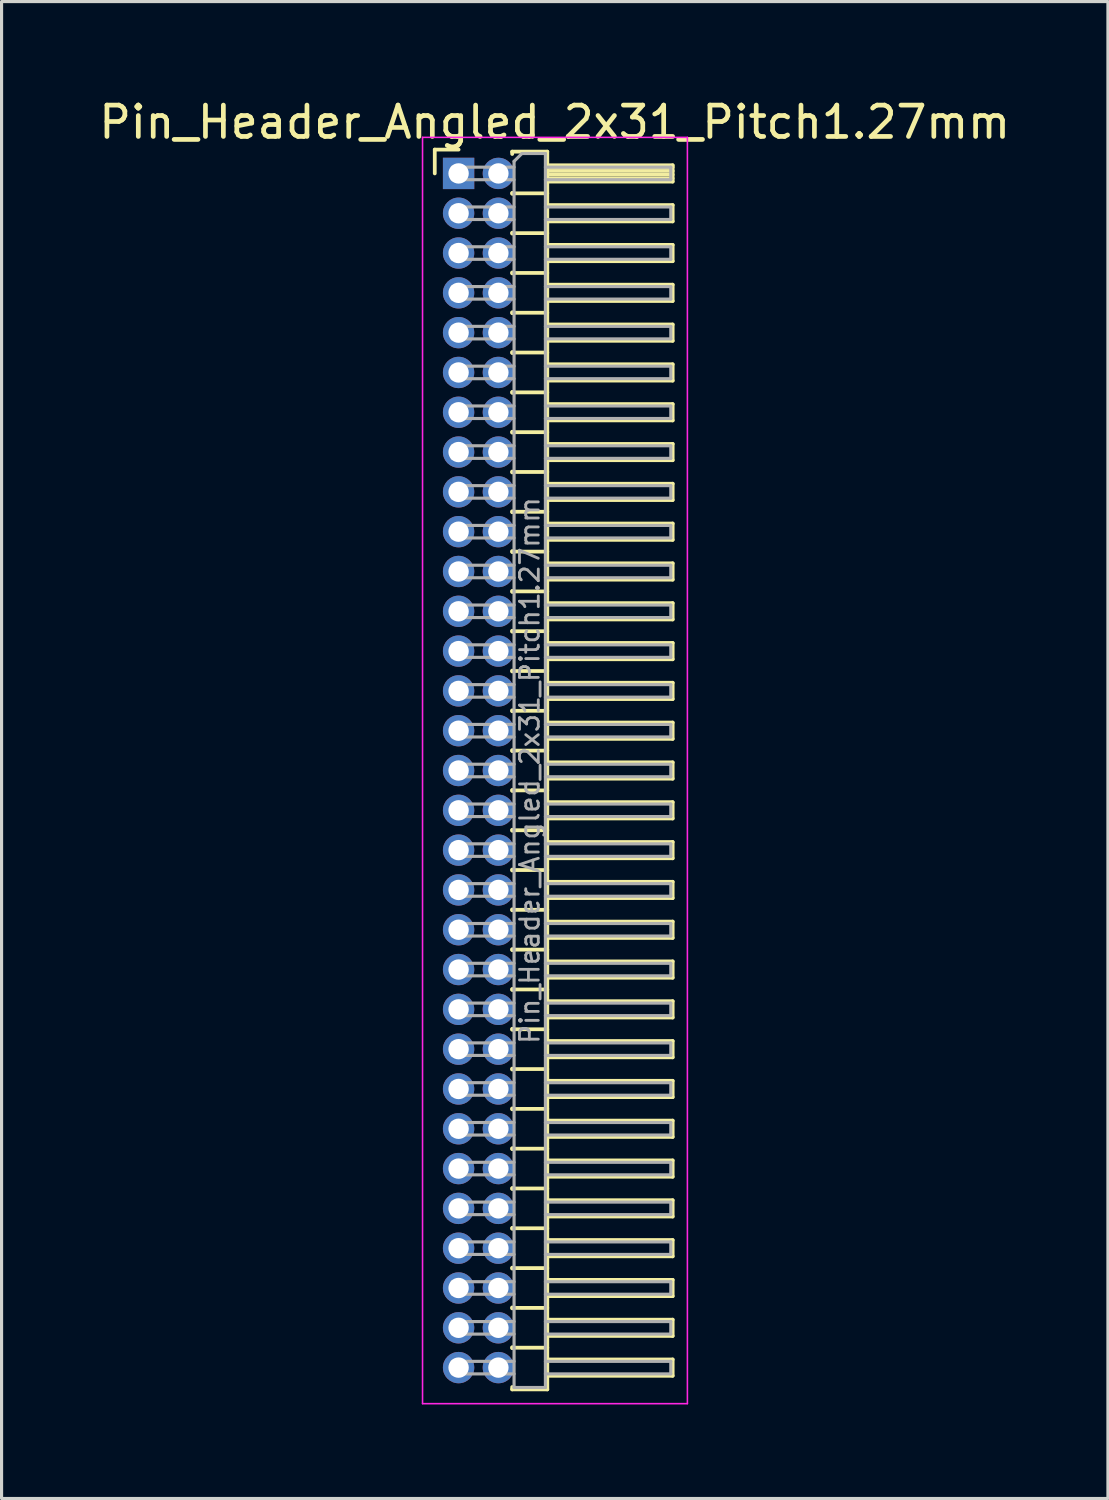
<source format=kicad_pcb>
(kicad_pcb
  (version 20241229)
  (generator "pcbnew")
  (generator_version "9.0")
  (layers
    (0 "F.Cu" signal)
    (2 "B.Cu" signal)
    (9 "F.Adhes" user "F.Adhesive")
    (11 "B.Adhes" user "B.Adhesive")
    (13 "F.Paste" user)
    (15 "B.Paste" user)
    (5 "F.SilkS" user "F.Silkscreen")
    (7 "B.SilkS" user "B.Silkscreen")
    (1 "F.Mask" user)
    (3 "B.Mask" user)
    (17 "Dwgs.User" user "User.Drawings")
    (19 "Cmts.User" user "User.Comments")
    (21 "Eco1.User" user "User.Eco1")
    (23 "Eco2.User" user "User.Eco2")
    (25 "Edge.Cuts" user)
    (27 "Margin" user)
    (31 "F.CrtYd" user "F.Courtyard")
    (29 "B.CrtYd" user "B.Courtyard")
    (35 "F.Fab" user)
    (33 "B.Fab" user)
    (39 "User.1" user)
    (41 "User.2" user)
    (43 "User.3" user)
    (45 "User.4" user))
  (footprint "Pin_Header_Angled_2x31_Pitch1.27mm"
    (layer "F.Cu")
    (at 11.581 2.483)
    (property "Reference" "Pin_Header_Angled_2x31_Pitch1.27mm" (at 3.067 -1.635 0) (layer "F.SilkS") (effects (font (size 1 1) (thickness 0.15))))
    (attr through_hole)
    (fp_line (start -0.76 -0.76) (end 0 -0.76) (stroke (width 0.12) (type solid)) (layer "F.SilkS"))
    (fp_line (start -0.76 0) (end -0.76 -0.76) (stroke (width 0.12) (type solid)) (layer "F.SilkS"))
    (fp_line (start 1.71 -0.695) (end 2.83 -0.695) (stroke (width 0.12) (type solid)) (layer "F.SilkS"))
    (fp_line (start 1.71 -0.62) (end 1.71 -0.695) (stroke (width 0.12) (type solid)) (layer "F.SilkS"))
    (fp_line (start 1.71 0.62) (end 1.71 0.65) (stroke (width 0.12) (type solid)) (layer "F.SilkS"))
    (fp_line (start 1.71 0.635) (end 2.83 0.635) (stroke (width 0.12) (type solid)) (layer "F.SilkS"))
    (fp_line (start 1.71 1.89) (end 1.71 1.92) (stroke (width 0.12) (type solid)) (layer "F.SilkS"))
    (fp_line (start 1.71 1.905) (end 2.83 1.905) (stroke (width 0.12) (type solid)) (layer "F.SilkS"))
    (fp_line (start 1.71 3.16) (end 1.71 3.19) (stroke (width 0.12) (type solid)) (layer "F.SilkS"))
    (fp_line (start 1.71 3.175) (end 2.83 3.175) (stroke (width 0.12) (type solid)) (layer "F.SilkS"))
    (fp_line (start 1.71 4.43) (end 1.71 4.46) (stroke (width 0.12) (type solid)) (layer "F.SilkS"))
    (fp_line (start 1.71 4.445) (end 2.83 4.445) (stroke (width 0.12) (type solid)) (layer "F.SilkS"))
    (fp_line (start 1.71 5.7) (end 1.71 5.73) (stroke (width 0.12) (type solid)) (layer "F.SilkS"))
    (fp_line (start 1.71 5.715) (end 2.83 5.715) (stroke (width 0.12) (type solid)) (layer "F.SilkS"))
    (fp_line (start 1.71 6.97) (end 1.71 7) (stroke (width 0.12) (type solid)) (layer "F.SilkS"))
    (fp_line (start 1.71 6.985) (end 2.83 6.985) (stroke (width 0.12) (type solid)) (layer "F.SilkS"))
    (fp_line (start 1.71 8.24) (end 1.71 8.27) (stroke (width 0.12) (type solid)) (layer "F.SilkS"))
    (fp_line (start 1.71 8.255) (end 2.83 8.255) (stroke (width 0.12) (type solid)) (layer "F.SilkS"))
    (fp_line (start 1.71 9.51) (end 1.71 9.54) (stroke (width 0.12) (type solid)) (layer "F.SilkS"))
    (fp_line (start 1.71 9.525) (end 2.83 9.525) (stroke (width 0.12) (type solid)) (layer "F.SilkS"))
    (fp_line (start 1.71 10.78) (end 1.71 10.81) (stroke (width 0.12) (type solid)) (layer "F.SilkS"))
    (fp_line (start 1.71 10.795) (end 2.83 10.795) (stroke (width 0.12) (type solid)) (layer "F.SilkS"))
    (fp_line (start 1.71 12.05) (end 1.71 12.08) (stroke (width 0.12) (type solid)) (layer "F.SilkS"))
    (fp_line (start 1.71 12.065) (end 2.83 12.065) (stroke (width 0.12) (type solid)) (layer "F.SilkS"))
    (fp_line (start 1.71 13.32) (end 1.71 13.35) (stroke (width 0.12) (type solid)) (layer "F.SilkS"))
    (fp_line (start 1.71 13.335) (end 2.83 13.335) (stroke (width 0.12) (type solid)) (layer "F.SilkS"))
    (fp_line (start 1.71 14.59) (end 1.71 14.62) (stroke (width 0.12) (type solid)) (layer "F.SilkS"))
    (fp_line (start 1.71 14.605) (end 2.83 14.605) (stroke (width 0.12) (type solid)) (layer "F.SilkS"))
    (fp_line (start 1.71 15.86) (end 1.71 15.89) (stroke (width 0.12) (type solid)) (layer "F.SilkS"))
    (fp_line (start 1.71 15.875) (end 2.83 15.875) (stroke (width 0.12) (type solid)) (layer "F.SilkS"))
    (fp_line (start 1.71 17.13) (end 1.71 17.16) (stroke (width 0.12) (type solid)) (layer "F.SilkS"))
    (fp_line (start 1.71 17.145) (end 2.83 17.145) (stroke (width 0.12) (type solid)) (layer "F.SilkS"))
    (fp_line (start 1.71 18.4) (end 1.71 18.43) (stroke (width 0.12) (type solid)) (layer "F.SilkS"))
    (fp_line (start 1.71 18.415) (end 2.83 18.415) (stroke (width 0.12) (type solid)) (layer "F.SilkS"))
    (fp_line (start 1.71 19.67) (end 1.71 19.7) (stroke (width 0.12) (type solid)) (layer "F.SilkS"))
    (fp_line (start 1.71 19.685) (end 2.83 19.685) (stroke (width 0.12) (type solid)) (layer "F.SilkS"))
    (fp_line (start 1.71 20.94) (end 1.71 20.97) (stroke (width 0.12) (type solid)) (layer "F.SilkS"))
    (fp_line (start 1.71 20.955) (end 2.83 20.955) (stroke (width 0.12) (type solid)) (layer "F.SilkS"))
    (fp_line (start 1.71 22.21) (end 1.71 22.24) (stroke (width 0.12) (type solid)) (layer "F.SilkS"))
    (fp_line (start 1.71 22.225) (end 2.83 22.225) (stroke (width 0.12) (type solid)) (layer "F.SilkS"))
    (fp_line (start 1.71 23.48) (end 1.71 23.51) (stroke (width 0.12) (type solid)) (layer "F.SilkS"))
    (fp_line (start 1.71 23.495) (end 2.83 23.495) (stroke (width 0.12) (type solid)) (layer "F.SilkS"))
    (fp_line (start 1.71 24.75) (end 1.71 24.78) (stroke (width 0.12) (type solid)) (layer "F.SilkS"))
    (fp_line (start 1.71 24.765) (end 2.83 24.765) (stroke (width 0.12) (type solid)) (layer "F.SilkS"))
    (fp_line (start 1.71 26.02) (end 1.71 26.05) (stroke (width 0.12) (type solid)) (layer "F.SilkS"))
    (fp_line (start 1.71 26.035) (end 2.83 26.035) (stroke (width 0.12) (type solid)) (layer "F.SilkS"))
    (fp_line (start 1.71 27.29) (end 1.71 27.32) (stroke (width 0.12) (type solid)) (layer "F.SilkS"))
    (fp_line (start 1.71 27.305) (end 2.83 27.305) (stroke (width 0.12) (type solid)) (layer "F.SilkS"))
    (fp_line (start 1.71 28.56) (end 1.71 28.59) (stroke (width 0.12) (type solid)) (layer "F.SilkS"))
    (fp_line (start 1.71 28.575) (end 2.83 28.575) (stroke (width 0.12) (type solid)) (layer "F.SilkS"))
    (fp_line (start 1.71 29.83) (end 1.71 29.86) (stroke (width 0.12) (type solid)) (layer "F.SilkS"))
    (fp_line (start 1.71 29.845) (end 2.83 29.845) (stroke (width 0.12) (type solid)) (layer "F.SilkS"))
    (fp_line (start 1.71 31.1) (end 1.71 31.13) (stroke (width 0.12) (type solid)) (layer "F.SilkS"))
    (fp_line (start 1.71 31.115) (end 2.83 31.115) (stroke (width 0.12) (type solid)) (layer "F.SilkS"))
    (fp_line (start 1.71 32.37) (end 1.71 32.4) (stroke (width 0.12) (type solid)) (layer "F.SilkS"))
    (fp_line (start 1.71 32.385) (end 2.83 32.385) (stroke (width 0.12) (type solid)) (layer "F.SilkS"))
    (fp_line (start 1.71 33.64) (end 1.71 33.67) (stroke (width 0.12) (type solid)) (layer "F.SilkS"))
    (fp_line (start 1.71 33.655) (end 2.83 33.655) (stroke (width 0.12) (type solid)) (layer "F.SilkS"))
    (fp_line (start 1.71 34.91) (end 1.71 34.94) (stroke (width 0.12) (type solid)) (layer "F.SilkS"))
    (fp_line (start 1.71 34.925) (end 2.83 34.925) (stroke (width 0.12) (type solid)) (layer "F.SilkS"))
    (fp_line (start 1.71 36.18) (end 1.71 36.21) (stroke (width 0.12) (type solid)) (layer "F.SilkS"))
    (fp_line (start 1.71 36.195) (end 2.83 36.195) (stroke (width 0.12) (type solid)) (layer "F.SilkS"))
    (fp_line (start 1.71 37.45) (end 1.71 37.48) (stroke (width 0.12) (type solid)) (layer "F.SilkS"))
    (fp_line (start 1.71 37.465) (end 2.83 37.465) (stroke (width 0.12) (type solid)) (layer "F.SilkS"))
    (fp_line (start 1.71 38.795) (end 1.71 38.72) (stroke (width 0.12) (type solid)) (layer "F.SilkS"))
    (fp_line (start 2.83 -0.695) (end 2.83 38.795) (stroke (width 0.12) (type solid)) (layer "F.SilkS"))
    (fp_line (start 2.83 -0.26) (end 6.83 -0.26) (stroke (width 0.12) (type solid)) (layer "F.SilkS"))
    (fp_line (start 2.83 -0.2) (end 6.83 -0.2) (stroke (width 0.12) (type solid)) (layer "F.SilkS"))
    (fp_line (start 2.83 -0.08) (end 6.83 -0.08) (stroke (width 0.12) (type solid)) (layer "F.SilkS"))
    (fp_line (start 2.83 0.04) (end 6.83 0.04) (stroke (width 0.12) (type solid)) (layer "F.SilkS"))
    (fp_line (start 2.83 0.16) (end 6.83 0.16) (stroke (width 0.12) (type solid)) (layer "F.SilkS"))
    (fp_line (start 2.83 1.01) (end 6.83 1.01) (stroke (width 0.12) (type solid)) (layer "F.SilkS"))
    (fp_line (start 2.83 2.28) (end 6.83 2.28) (stroke (width 0.12) (type solid)) (layer "F.SilkS"))
    (fp_line (start 2.83 3.55) (end 6.83 3.55) (stroke (width 0.12) (type solid)) (layer "F.SilkS"))
    (fp_line (start 2.83 4.82) (end 6.83 4.82) (stroke (width 0.12) (type solid)) (layer "F.SilkS"))
    (fp_line (start 2.83 6.09) (end 6.83 6.09) (stroke (width 0.12) (type solid)) (layer "F.SilkS"))
    (fp_line (start 2.83 7.36) (end 6.83 7.36) (stroke (width 0.12) (type solid)) (layer "F.SilkS"))
    (fp_line (start 2.83 8.63) (end 6.83 8.63) (stroke (width 0.12) (type solid)) (layer "F.SilkS"))
    (fp_line (start 2.83 9.9) (end 6.83 9.9) (stroke (width 0.12) (type solid)) (layer "F.SilkS"))
    (fp_line (start 2.83 11.17) (end 6.83 11.17) (stroke (width 0.12) (type solid)) (layer "F.SilkS"))
    (fp_line (start 2.83 12.44) (end 6.83 12.44) (stroke (width 0.12) (type solid)) (layer "F.SilkS"))
    (fp_line (start 2.83 13.71) (end 6.83 13.71) (stroke (width 0.12) (type solid)) (layer "F.SilkS"))
    (fp_line (start 2.83 14.98) (end 6.83 14.98) (stroke (width 0.12) (type solid)) (layer "F.SilkS"))
    (fp_line (start 2.83 16.25) (end 6.83 16.25) (stroke (width 0.12) (type solid)) (layer "F.SilkS"))
    (fp_line (start 2.83 17.52) (end 6.83 17.52) (stroke (width 0.12) (type solid)) (layer "F.SilkS"))
    (fp_line (start 2.83 18.79) (end 6.83 18.79) (stroke (width 0.12) (type solid)) (layer "F.SilkS"))
    (fp_line (start 2.83 20.06) (end 6.83 20.06) (stroke (width 0.12) (type solid)) (layer "F.SilkS"))
    (fp_line (start 2.83 21.33) (end 6.83 21.33) (stroke (width 0.12) (type solid)) (layer "F.SilkS"))
    (fp_line (start 2.83 22.6) (end 6.83 22.6) (stroke (width 0.12) (type solid)) (layer "F.SilkS"))
    (fp_line (start 2.83 23.87) (end 6.83 23.87) (stroke (width 0.12) (type solid)) (layer "F.SilkS"))
    (fp_line (start 2.83 25.14) (end 6.83 25.14) (stroke (width 0.12) (type solid)) (layer "F.SilkS"))
    (fp_line (start 2.83 26.41) (end 6.83 26.41) (stroke (width 0.12) (type solid)) (layer "F.SilkS"))
    (fp_line (start 2.83 27.68) (end 6.83 27.68) (stroke (width 0.12) (type solid)) (layer "F.SilkS"))
    (fp_line (start 2.83 28.95) (end 6.83 28.95) (stroke (width 0.12) (type solid)) (layer "F.SilkS"))
    (fp_line (start 2.83 30.22) (end 6.83 30.22) (stroke (width 0.12) (type solid)) (layer "F.SilkS"))
    (fp_line (start 2.83 31.49) (end 6.83 31.49) (stroke (width 0.12) (type solid)) (layer "F.SilkS"))
    (fp_line (start 2.83 32.76) (end 6.83 32.76) (stroke (width 0.12) (type solid)) (layer "F.SilkS"))
    (fp_line (start 2.83 34.03) (end 6.83 34.03) (stroke (width 0.12) (type solid)) (layer "F.SilkS"))
    (fp_line (start 2.83 35.3) (end 6.83 35.3) (stroke (width 0.12) (type solid)) (layer "F.SilkS"))
    (fp_line (start 2.83 36.57) (end 6.83 36.57) (stroke (width 0.12) (type solid)) (layer "F.SilkS"))
    (fp_line (start 2.83 37.84) (end 6.83 37.84) (stroke (width 0.12) (type solid)) (layer "F.SilkS"))
    (fp_line (start 2.83 38.795) (end 1.71 38.795) (stroke (width 0.12) (type solid)) (layer "F.SilkS"))
    (fp_line (start 6.83 -0.26) (end 6.83 0.26) (stroke (width 0.12) (type solid)) (layer "F.SilkS"))
    (fp_line (start 6.83 0.26) (end 2.83 0.26) (stroke (width 0.12) (type solid)) (layer "F.SilkS"))
    (fp_line (start 6.83 1.01) (end 6.83 1.53) (stroke (width 0.12) (type solid)) (layer "F.SilkS"))
    (fp_line (start 6.83 1.53) (end 2.83 1.53) (stroke (width 0.12) (type solid)) (layer "F.SilkS"))
    (fp_line (start 6.83 2.28) (end 6.83 2.8) (stroke (width 0.12) (type solid)) (layer "F.SilkS"))
    (fp_line (start 6.83 2.8) (end 2.83 2.8) (stroke (width 0.12) (type solid)) (layer "F.SilkS"))
    (fp_line (start 6.83 3.55) (end 6.83 4.07) (stroke (width 0.12) (type solid)) (layer "F.SilkS"))
    (fp_line (start 6.83 4.07) (end 2.83 4.07) (stroke (width 0.12) (type solid)) (layer "F.SilkS"))
    (fp_line (start 6.83 4.82) (end 6.83 5.34) (stroke (width 0.12) (type solid)) (layer "F.SilkS"))
    (fp_line (start 6.83 5.34) (end 2.83 5.34) (stroke (width 0.12) (type solid)) (layer "F.SilkS"))
    (fp_line (start 6.83 6.09) (end 6.83 6.61) (stroke (width 0.12) (type solid)) (layer "F.SilkS"))
    (fp_line (start 6.83 6.61) (end 2.83 6.61) (stroke (width 0.12) (type solid)) (layer "F.SilkS"))
    (fp_line (start 6.83 7.36) (end 6.83 7.88) (stroke (width 0.12) (type solid)) (layer "F.SilkS"))
    (fp_line (start 6.83 7.88) (end 2.83 7.88) (stroke (width 0.12) (type solid)) (layer "F.SilkS"))
    (fp_line (start 6.83 8.63) (end 6.83 9.15) (stroke (width 0.12) (type solid)) (layer "F.SilkS"))
    (fp_line (start 6.83 9.15) (end 2.83 9.15) (stroke (width 0.12) (type solid)) (layer "F.SilkS"))
    (fp_line (start 6.83 9.9) (end 6.83 10.42) (stroke (width 0.12) (type solid)) (layer "F.SilkS"))
    (fp_line (start 6.83 10.42) (end 2.83 10.42) (stroke (width 0.12) (type solid)) (layer "F.SilkS"))
    (fp_line (start 6.83 11.17) (end 6.83 11.69) (stroke (width 0.12) (type solid)) (layer "F.SilkS"))
    (fp_line (start 6.83 11.69) (end 2.83 11.69) (stroke (width 0.12) (type solid)) (layer "F.SilkS"))
    (fp_line (start 6.83 12.44) (end 6.83 12.96) (stroke (width 0.12) (type solid)) (layer "F.SilkS"))
    (fp_line (start 6.83 12.96) (end 2.83 12.96) (stroke (width 0.12) (type solid)) (layer "F.SilkS"))
    (fp_line (start 6.83 13.71) (end 6.83 14.23) (stroke (width 0.12) (type solid)) (layer "F.SilkS"))
    (fp_line (start 6.83 14.23) (end 2.83 14.23) (stroke (width 0.12) (type solid)) (layer "F.SilkS"))
    (fp_line (start 6.83 14.98) (end 6.83 15.5) (stroke (width 0.12) (type solid)) (layer "F.SilkS"))
    (fp_line (start 6.83 15.5) (end 2.83 15.5) (stroke (width 0.12) (type solid)) (layer "F.SilkS"))
    (fp_line (start 6.83 16.25) (end 6.83 16.77) (stroke (width 0.12) (type solid)) (layer "F.SilkS"))
    (fp_line (start 6.83 16.77) (end 2.83 16.77) (stroke (width 0.12) (type solid)) (layer "F.SilkS"))
    (fp_line (start 6.83 17.52) (end 6.83 18.04) (stroke (width 0.12) (type solid)) (layer "F.SilkS"))
    (fp_line (start 6.83 18.04) (end 2.83 18.04) (stroke (width 0.12) (type solid)) (layer "F.SilkS"))
    (fp_line (start 6.83 18.79) (end 6.83 19.31) (stroke (width 0.12) (type solid)) (layer "F.SilkS"))
    (fp_line (start 6.83 19.31) (end 2.83 19.31) (stroke (width 0.12) (type solid)) (layer "F.SilkS"))
    (fp_line (start 6.83 20.06) (end 6.83 20.58) (stroke (width 0.12) (type solid)) (layer "F.SilkS"))
    (fp_line (start 6.83 20.58) (end 2.83 20.58) (stroke (width 0.12) (type solid)) (layer "F.SilkS"))
    (fp_line (start 6.83 21.33) (end 6.83 21.85) (stroke (width 0.12) (type solid)) (layer "F.SilkS"))
    (fp_line (start 6.83 21.85) (end 2.83 21.85) (stroke (width 0.12) (type solid)) (layer "F.SilkS"))
    (fp_line (start 6.83 22.6) (end 6.83 23.12) (stroke (width 0.12) (type solid)) (layer "F.SilkS"))
    (fp_line (start 6.83 23.12) (end 2.83 23.12) (stroke (width 0.12) (type solid)) (layer "F.SilkS"))
    (fp_line (start 6.83 23.87) (end 6.83 24.39) (stroke (width 0.12) (type solid)) (layer "F.SilkS"))
    (fp_line (start 6.83 24.39) (end 2.83 24.39) (stroke (width 0.12) (type solid)) (layer "F.SilkS"))
    (fp_line (start 6.83 25.14) (end 6.83 25.66) (stroke (width 0.12) (type solid)) (layer "F.SilkS"))
    (fp_line (start 6.83 25.66) (end 2.83 25.66) (stroke (width 0.12) (type solid)) (layer "F.SilkS"))
    (fp_line (start 6.83 26.41) (end 6.83 26.93) (stroke (width 0.12) (type solid)) (layer "F.SilkS"))
    (fp_line (start 6.83 26.93) (end 2.83 26.93) (stroke (width 0.12) (type solid)) (layer "F.SilkS"))
    (fp_line (start 6.83 27.68) (end 6.83 28.2) (stroke (width 0.12) (type solid)) (layer "F.SilkS"))
    (fp_line (start 6.83 28.2) (end 2.83 28.2) (stroke (width 0.12) (type solid)) (layer "F.SilkS"))
    (fp_line (start 6.83 28.95) (end 6.83 29.47) (stroke (width 0.12) (type solid)) (layer "F.SilkS"))
    (fp_line (start 6.83 29.47) (end 2.83 29.47) (stroke (width 0.12) (type solid)) (layer "F.SilkS"))
    (fp_line (start 6.83 30.22) (end 6.83 30.74) (stroke (width 0.12) (type solid)) (layer "F.SilkS"))
    (fp_line (start 6.83 30.74) (end 2.83 30.74) (stroke (width 0.12) (type solid)) (layer "F.SilkS"))
    (fp_line (start 6.83 31.49) (end 6.83 32.01) (stroke (width 0.12) (type solid)) (layer "F.SilkS"))
    (fp_line (start 6.83 32.01) (end 2.83 32.01) (stroke (width 0.12) (type solid)) (layer "F.SilkS"))
    (fp_line (start 6.83 32.76) (end 6.83 33.28) (stroke (width 0.12) (type solid)) (layer "F.SilkS"))
    (fp_line (start 6.83 33.28) (end 2.83 33.28) (stroke (width 0.12) (type solid)) (layer "F.SilkS"))
    (fp_line (start 6.83 34.03) (end 6.83 34.55) (stroke (width 0.12) (type solid)) (layer "F.SilkS"))
    (fp_line (start 6.83 34.55) (end 2.83 34.55) (stroke (width 0.12) (type solid)) (layer "F.SilkS"))
    (fp_line (start 6.83 35.3) (end 6.83 35.82) (stroke (width 0.12) (type solid)) (layer "F.SilkS"))
    (fp_line (start 6.83 35.82) (end 2.83 35.82) (stroke (width 0.12) (type solid)) (layer "F.SilkS"))
    (fp_line (start 6.83 36.57) (end 6.83 37.09) (stroke (width 0.12) (type solid)) (layer "F.SilkS"))
    (fp_line (start 6.83 37.09) (end 2.83 37.09) (stroke (width 0.12) (type solid)) (layer "F.SilkS"))
    (fp_line (start 6.83 37.84) (end 6.83 38.36) (stroke (width 0.12) (type solid)) (layer "F.SilkS"))
    (fp_line (start 6.83 38.36) (end 2.83 38.36) (stroke (width 0.12) (type solid)) (layer "F.SilkS"))
    (fp_line (start -1.15 -1.15) (end -1.15 39.25) (stroke (width 0.05) (type solid)) (layer "F.CrtYd"))
    (fp_line (start -1.15 39.25) (end 7.3 39.25) (stroke (width 0.05) (type solid)) (layer "F.CrtYd"))
    (fp_line (start 7.3 -1.15) (end -1.15 -1.15) (stroke (width 0.05) (type solid)) (layer "F.CrtYd"))
    (fp_line (start 7.3 39.25) (end 7.3 -1.15) (stroke (width 0.05) (type solid)) (layer "F.CrtYd"))
    (fp_line (start -0.2 -0.2) (end -0.2 0.2) (stroke (width 0.1) (type solid)) (layer "F.Fab"))
    (fp_line (start -0.2 -0.2) (end 1.77 -0.2) (stroke (width 0.1) (type solid)) (layer "F.Fab"))
    (fp_line (start -0.2 0.2) (end 1.77 0.2) (stroke (width 0.1) (type solid)) (layer "F.Fab"))
    (fp_line (start -0.2 1.07) (end -0.2 1.47) (stroke (width 0.1) (type solid)) (layer "F.Fab"))
    (fp_line (start -0.2 1.07) (end 1.77 1.07) (stroke (width 0.1) (type solid)) (layer "F.Fab"))
    (fp_line (start -0.2 1.47) (end 1.77 1.47) (stroke (width 0.1) (type solid)) (layer "F.Fab"))
    (fp_line (start -0.2 2.34) (end -0.2 2.74) (stroke (width 0.1) (type solid)) (layer "F.Fab"))
    (fp_line (start -0.2 2.34) (end 1.77 2.34) (stroke (width 0.1) (type solid)) (layer "F.Fab"))
    (fp_line (start -0.2 2.74) (end 1.77 2.74) (stroke (width 0.1) (type solid)) (layer "F.Fab"))
    (fp_line (start -0.2 3.61) (end -0.2 4.01) (stroke (width 0.1) (type solid)) (layer "F.Fab"))
    (fp_line (start -0.2 3.61) (end 1.77 3.61) (stroke (width 0.1) (type solid)) (layer "F.Fab"))
    (fp_line (start -0.2 4.01) (end 1.77 4.01) (stroke (width 0.1) (type solid)) (layer "F.Fab"))
    (fp_line (start -0.2 4.88) (end -0.2 5.28) (stroke (width 0.1) (type solid)) (layer "F.Fab"))
    (fp_line (start -0.2 4.88) (end 1.77 4.88) (stroke (width 0.1) (type solid)) (layer "F.Fab"))
    (fp_line (start -0.2 5.28) (end 1.77 5.28) (stroke (width 0.1) (type solid)) (layer "F.Fab"))
    (fp_line (start -0.2 6.15) (end -0.2 6.55) (stroke (width 0.1) (type solid)) (layer "F.Fab"))
    (fp_line (start -0.2 6.15) (end 1.77 6.15) (stroke (width 0.1) (type solid)) (layer "F.Fab"))
    (fp_line (start -0.2 6.55) (end 1.77 6.55) (stroke (width 0.1) (type solid)) (layer "F.Fab"))
    (fp_line (start -0.2 7.42) (end -0.2 7.82) (stroke (width 0.1) (type solid)) (layer "F.Fab"))
    (fp_line (start -0.2 7.42) (end 1.77 7.42) (stroke (width 0.1) (type solid)) (layer "F.Fab"))
    (fp_line (start -0.2 7.82) (end 1.77 7.82) (stroke (width 0.1) (type solid)) (layer "F.Fab"))
    (fp_line (start -0.2 8.69) (end -0.2 9.09) (stroke (width 0.1) (type solid)) (layer "F.Fab"))
    (fp_line (start -0.2 8.69) (end 1.77 8.69) (stroke (width 0.1) (type solid)) (layer "F.Fab"))
    (fp_line (start -0.2 9.09) (end 1.77 9.09) (stroke (width 0.1) (type solid)) (layer "F.Fab"))
    (fp_line (start -0.2 9.96) (end -0.2 10.36) (stroke (width 0.1) (type solid)) (layer "F.Fab"))
    (fp_line (start -0.2 9.96) (end 1.77 9.96) (stroke (width 0.1) (type solid)) (layer "F.Fab"))
    (fp_line (start -0.2 10.36) (end 1.77 10.36) (stroke (width 0.1) (type solid)) (layer "F.Fab"))
    (fp_line (start -0.2 11.23) (end -0.2 11.63) (stroke (width 0.1) (type solid)) (layer "F.Fab"))
    (fp_line (start -0.2 11.23) (end 1.77 11.23) (stroke (width 0.1) (type solid)) (layer "F.Fab"))
    (fp_line (start -0.2 11.63) (end 1.77 11.63) (stroke (width 0.1) (type solid)) (layer "F.Fab"))
    (fp_line (start -0.2 12.5) (end -0.2 12.9) (stroke (width 0.1) (type solid)) (layer "F.Fab"))
    (fp_line (start -0.2 12.5) (end 1.77 12.5) (stroke (width 0.1) (type solid)) (layer "F.Fab"))
    (fp_line (start -0.2 12.9) (end 1.77 12.9) (stroke (width 0.1) (type solid)) (layer "F.Fab"))
    (fp_line (start -0.2 13.77) (end -0.2 14.17) (stroke (width 0.1) (type solid)) (layer "F.Fab"))
    (fp_line (start -0.2 13.77) (end 1.77 13.77) (stroke (width 0.1) (type solid)) (layer "F.Fab"))
    (fp_line (start -0.2 14.17) (end 1.77 14.17) (stroke (width 0.1) (type solid)) (layer "F.Fab"))
    (fp_line (start -0.2 15.04) (end -0.2 15.44) (stroke (width 0.1) (type solid)) (layer "F.Fab"))
    (fp_line (start -0.2 15.04) (end 1.77 15.04) (stroke (width 0.1) (type solid)) (layer "F.Fab"))
    (fp_line (start -0.2 15.44) (end 1.77 15.44) (stroke (width 0.1) (type solid)) (layer "F.Fab"))
    (fp_line (start -0.2 16.31) (end -0.2 16.71) (stroke (width 0.1) (type solid)) (layer "F.Fab"))
    (fp_line (start -0.2 16.31) (end 1.77 16.31) (stroke (width 0.1) (type solid)) (layer "F.Fab"))
    (fp_line (start -0.2 16.71) (end 1.77 16.71) (stroke (width 0.1) (type solid)) (layer "F.Fab"))
    (fp_line (start -0.2 17.58) (end -0.2 17.98) (stroke (width 0.1) (type solid)) (layer "F.Fab"))
    (fp_line (start -0.2 17.58) (end 1.77 17.58) (stroke (width 0.1) (type solid)) (layer "F.Fab"))
    (fp_line (start -0.2 17.98) (end 1.77 17.98) (stroke (width 0.1) (type solid)) (layer "F.Fab"))
    (fp_line (start -0.2 18.85) (end -0.2 19.25) (stroke (width 0.1) (type solid)) (layer "F.Fab"))
    (fp_line (start -0.2 18.85) (end 1.77 18.85) (stroke (width 0.1) (type solid)) (layer "F.Fab"))
    (fp_line (start -0.2 19.25) (end 1.77 19.25) (stroke (width 0.1) (type solid)) (layer "F.Fab"))
    (fp_line (start -0.2 20.12) (end -0.2 20.52) (stroke (width 0.1) (type solid)) (layer "F.Fab"))
    (fp_line (start -0.2 20.12) (end 1.77 20.12) (stroke (width 0.1) (type solid)) (layer "F.Fab"))
    (fp_line (start -0.2 20.52) (end 1.77 20.52) (stroke (width 0.1) (type solid)) (layer "F.Fab"))
    (fp_line (start -0.2 21.39) (end -0.2 21.79) (stroke (width 0.1) (type solid)) (layer "F.Fab"))
    (fp_line (start -0.2 21.39) (end 1.77 21.39) (stroke (width 0.1) (type solid)) (layer "F.Fab"))
    (fp_line (start -0.2 21.79) (end 1.77 21.79) (stroke (width 0.1) (type solid)) (layer "F.Fab"))
    (fp_line (start -0.2 22.66) (end -0.2 23.06) (stroke (width 0.1) (type solid)) (layer "F.Fab"))
    (fp_line (start -0.2 22.66) (end 1.77 22.66) (stroke (width 0.1) (type solid)) (layer "F.Fab"))
    (fp_line (start -0.2 23.06) (end 1.77 23.06) (stroke (width 0.1) (type solid)) (layer "F.Fab"))
    (fp_line (start -0.2 23.93) (end -0.2 24.33) (stroke (width 0.1) (type solid)) (layer "F.Fab"))
    (fp_line (start -0.2 23.93) (end 1.77 23.93) (stroke (width 0.1) (type solid)) (layer "F.Fab"))
    (fp_line (start -0.2 24.33) (end 1.77 24.33) (stroke (width 0.1) (type solid)) (layer "F.Fab"))
    (fp_line (start -0.2 25.2) (end -0.2 25.6) (stroke (width 0.1) (type solid)) (layer "F.Fab"))
    (fp_line (start -0.2 25.2) (end 1.77 25.2) (stroke (width 0.1) (type solid)) (layer "F.Fab"))
    (fp_line (start -0.2 25.6) (end 1.77 25.6) (stroke (width 0.1) (type solid)) (layer "F.Fab"))
    (fp_line (start -0.2 26.47) (end -0.2 26.87) (stroke (width 0.1) (type solid)) (layer "F.Fab"))
    (fp_line (start -0.2 26.47) (end 1.77 26.47) (stroke (width 0.1) (type solid)) (layer "F.Fab"))
    (fp_line (start -0.2 26.87) (end 1.77 26.87) (stroke (width 0.1) (type solid)) (layer "F.Fab"))
    (fp_line (start -0.2 27.74) (end -0.2 28.14) (stroke (width 0.1) (type solid)) (layer "F.Fab"))
    (fp_line (start -0.2 27.74) (end 1.77 27.74) (stroke (width 0.1) (type solid)) (layer "F.Fab"))
    (fp_line (start -0.2 28.14) (end 1.77 28.14) (stroke (width 0.1) (type solid)) (layer "F.Fab"))
    (fp_line (start -0.2 29.01) (end -0.2 29.41) (stroke (width 0.1) (type solid)) (layer "F.Fab"))
    (fp_line (start -0.2 29.01) (end 1.77 29.01) (stroke (width 0.1) (type solid)) (layer "F.Fab"))
    (fp_line (start -0.2 29.41) (end 1.77 29.41) (stroke (width 0.1) (type solid)) (layer "F.Fab"))
    (fp_line (start -0.2 30.28) (end -0.2 30.68) (stroke (width 0.1) (type solid)) (layer "F.Fab"))
    (fp_line (start -0.2 30.28) (end 1.77 30.28) (stroke (width 0.1) (type solid)) (layer "F.Fab"))
    (fp_line (start -0.2 30.68) (end 1.77 30.68) (stroke (width 0.1) (type solid)) (layer "F.Fab"))
    (fp_line (start -0.2 31.55) (end -0.2 31.95) (stroke (width 0.1) (type solid)) (layer "F.Fab"))
    (fp_line (start -0.2 31.55) (end 1.77 31.55) (stroke (width 0.1) (type solid)) (layer "F.Fab"))
    (fp_line (start -0.2 31.95) (end 1.77 31.95) (stroke (width 0.1) (type solid)) (layer "F.Fab"))
    (fp_line (start -0.2 32.82) (end -0.2 33.22) (stroke (width 0.1) (type solid)) (layer "F.Fab"))
    (fp_line (start -0.2 32.82) (end 1.77 32.82) (stroke (width 0.1) (type solid)) (layer "F.Fab"))
    (fp_line (start -0.2 33.22) (end 1.77 33.22) (stroke (width 0.1) (type solid)) (layer "F.Fab"))
    (fp_line (start -0.2 34.09) (end -0.2 34.49) (stroke (width 0.1) (type solid)) (layer "F.Fab"))
    (fp_line (start -0.2 34.09) (end 1.77 34.09) (stroke (width 0.1) (type solid)) (layer "F.Fab"))
    (fp_line (start -0.2 34.49) (end 1.77 34.49) (stroke (width 0.1) (type solid)) (layer "F.Fab"))
    (fp_line (start -0.2 35.36) (end -0.2 35.76) (stroke (width 0.1) (type solid)) (layer "F.Fab"))
    (fp_line (start -0.2 35.36) (end 1.77 35.36) (stroke (width 0.1) (type solid)) (layer "F.Fab"))
    (fp_line (start -0.2 35.76) (end 1.77 35.76) (stroke (width 0.1) (type solid)) (layer "F.Fab"))
    (fp_line (start -0.2 36.63) (end -0.2 37.03) (stroke (width 0.1) (type solid)) (layer "F.Fab"))
    (fp_line (start -0.2 36.63) (end 1.77 36.63) (stroke (width 0.1) (type solid)) (layer "F.Fab"))
    (fp_line (start -0.2 37.03) (end 1.77 37.03) (stroke (width 0.1) (type solid)) (layer "F.Fab"))
    (fp_line (start -0.2 37.9) (end -0.2 38.3) (stroke (width 0.1) (type solid)) (layer "F.Fab"))
    (fp_line (start -0.2 37.9) (end 1.77 37.9) (stroke (width 0.1) (type solid)) (layer "F.Fab"))
    (fp_line (start -0.2 38.3) (end 1.77 38.3) (stroke (width 0.1) (type solid)) (layer "F.Fab"))
    (fp_line (start 1.77 -0.385) (end 2.02 -0.635) (stroke (width 0.1) (type solid)) (layer "F.Fab"))
    (fp_line (start 1.77 38.735) (end 1.77 -0.385) (stroke (width 0.1) (type solid)) (layer "F.Fab"))
    (fp_line (start 2.02 -0.635) (end 2.77 -0.635) (stroke (width 0.1) (type solid)) (layer "F.Fab"))
    (fp_line (start 2.77 -0.635) (end 2.77 38.735) (stroke (width 0.1) (type solid)) (layer "F.Fab"))
    (fp_line (start 2.77 -0.2) (end 6.77 -0.2) (stroke (width 0.1) (type solid)) (layer "F.Fab"))
    (fp_line (start 2.77 0.2) (end 6.77 0.2) (stroke (width 0.1) (type solid)) (layer "F.Fab"))
    (fp_line (start 2.77 1.07) (end 6.77 1.07) (stroke (width 0.1) (type solid)) (layer "F.Fab"))
    (fp_line (start 2.77 1.47) (end 6.77 1.47) (stroke (width 0.1) (type solid)) (layer "F.Fab"))
    (fp_line (start 2.77 2.34) (end 6.77 2.34) (stroke (width 0.1) (type solid)) (layer "F.Fab"))
    (fp_line (start 2.77 2.74) (end 6.77 2.74) (stroke (width 0.1) (type solid)) (layer "F.Fab"))
    (fp_line (start 2.77 3.61) (end 6.77 3.61) (stroke (width 0.1) (type solid)) (layer "F.Fab"))
    (fp_line (start 2.77 4.01) (end 6.77 4.01) (stroke (width 0.1) (type solid)) (layer "F.Fab"))
    (fp_line (start 2.77 4.88) (end 6.77 4.88) (stroke (width 0.1) (type solid)) (layer "F.Fab"))
    (fp_line (start 2.77 5.28) (end 6.77 5.28) (stroke (width 0.1) (type solid)) (layer "F.Fab"))
    (fp_line (start 2.77 6.15) (end 6.77 6.15) (stroke (width 0.1) (type solid)) (layer "F.Fab"))
    (fp_line (start 2.77 6.55) (end 6.77 6.55) (stroke (width 0.1) (type solid)) (layer "F.Fab"))
    (fp_line (start 2.77 7.42) (end 6.77 7.42) (stroke (width 0.1) (type solid)) (layer "F.Fab"))
    (fp_line (start 2.77 7.82) (end 6.77 7.82) (stroke (width 0.1) (type solid)) (layer "F.Fab"))
    (fp_line (start 2.77 8.69) (end 6.77 8.69) (stroke (width 0.1) (type solid)) (layer "F.Fab"))
    (fp_line (start 2.77 9.09) (end 6.77 9.09) (stroke (width 0.1) (type solid)) (layer "F.Fab"))
    (fp_line (start 2.77 9.96) (end 6.77 9.96) (stroke (width 0.1) (type solid)) (layer "F.Fab"))
    (fp_line (start 2.77 10.36) (end 6.77 10.36) (stroke (width 0.1) (type solid)) (layer "F.Fab"))
    (fp_line (start 2.77 11.23) (end 6.77 11.23) (stroke (width 0.1) (type solid)) (layer "F.Fab"))
    (fp_line (start 2.77 11.63) (end 6.77 11.63) (stroke (width 0.1) (type solid)) (layer "F.Fab"))
    (fp_line (start 2.77 12.5) (end 6.77 12.5) (stroke (width 0.1) (type solid)) (layer "F.Fab"))
    (fp_line (start 2.77 12.9) (end 6.77 12.9) (stroke (width 0.1) (type solid)) (layer "F.Fab"))
    (fp_line (start 2.77 13.77) (end 6.77 13.77) (stroke (width 0.1) (type solid)) (layer "F.Fab"))
    (fp_line (start 2.77 14.17) (end 6.77 14.17) (stroke (width 0.1) (type solid)) (layer "F.Fab"))
    (fp_line (start 2.77 15.04) (end 6.77 15.04) (stroke (width 0.1) (type solid)) (layer "F.Fab"))
    (fp_line (start 2.77 15.44) (end 6.77 15.44) (stroke (width 0.1) (type solid)) (layer "F.Fab"))
    (fp_line (start 2.77 16.31) (end 6.77 16.31) (stroke (width 0.1) (type solid)) (layer "F.Fab"))
    (fp_line (start 2.77 16.71) (end 6.77 16.71) (stroke (width 0.1) (type solid)) (layer "F.Fab"))
    (fp_line (start 2.77 17.58) (end 6.77 17.58) (stroke (width 0.1) (type solid)) (layer "F.Fab"))
    (fp_line (start 2.77 17.98) (end 6.77 17.98) (stroke (width 0.1) (type solid)) (layer "F.Fab"))
    (fp_line (start 2.77 18.85) (end 6.77 18.85) (stroke (width 0.1) (type solid)) (layer "F.Fab"))
    (fp_line (start 2.77 19.25) (end 6.77 19.25) (stroke (width 0.1) (type solid)) (layer "F.Fab"))
    (fp_line (start 2.77 20.12) (end 6.77 20.12) (stroke (width 0.1) (type solid)) (layer "F.Fab"))
    (fp_line (start 2.77 20.52) (end 6.77 20.52) (stroke (width 0.1) (type solid)) (layer "F.Fab"))
    (fp_line (start 2.77 21.39) (end 6.77 21.39) (stroke (width 0.1) (type solid)) (layer "F.Fab"))
    (fp_line (start 2.77 21.79) (end 6.77 21.79) (stroke (width 0.1) (type solid)) (layer "F.Fab"))
    (fp_line (start 2.77 22.66) (end 6.77 22.66) (stroke (width 0.1) (type solid)) (layer "F.Fab"))
    (fp_line (start 2.77 23.06) (end 6.77 23.06) (stroke (width 0.1) (type solid)) (layer "F.Fab"))
    (fp_line (start 2.77 23.93) (end 6.77 23.93) (stroke (width 0.1) (type solid)) (layer "F.Fab"))
    (fp_line (start 2.77 24.33) (end 6.77 24.33) (stroke (width 0.1) (type solid)) (layer "F.Fab"))
    (fp_line (start 2.77 25.2) (end 6.77 25.2) (stroke (width 0.1) (type solid)) (layer "F.Fab"))
    (fp_line (start 2.77 25.6) (end 6.77 25.6) (stroke (width 0.1) (type solid)) (layer "F.Fab"))
    (fp_line (start 2.77 26.47) (end 6.77 26.47) (stroke (width 0.1) (type solid)) (layer "F.Fab"))
    (fp_line (start 2.77 26.87) (end 6.77 26.87) (stroke (width 0.1) (type solid)) (layer "F.Fab"))
    (fp_line (start 2.77 27.74) (end 6.77 27.74) (stroke (width 0.1) (type solid)) (layer "F.Fab"))
    (fp_line (start 2.77 28.14) (end 6.77 28.14) (stroke (width 0.1) (type solid)) (layer "F.Fab"))
    (fp_line (start 2.77 29.01) (end 6.77 29.01) (stroke (width 0.1) (type solid)) (layer "F.Fab"))
    (fp_line (start 2.77 29.41) (end 6.77 29.41) (stroke (width 0.1) (type solid)) (layer "F.Fab"))
    (fp_line (start 2.77 30.28) (end 6.77 30.28) (stroke (width 0.1) (type solid)) (layer "F.Fab"))
    (fp_line (start 2.77 30.68) (end 6.77 30.68) (stroke (width 0.1) (type solid)) (layer "F.Fab"))
    (fp_line (start 2.77 31.55) (end 6.77 31.55) (stroke (width 0.1) (type solid)) (layer "F.Fab"))
    (fp_line (start 2.77 31.95) (end 6.77 31.95) (stroke (width 0.1) (type solid)) (layer "F.Fab"))
    (fp_line (start 2.77 32.82) (end 6.77 32.82) (stroke (width 0.1) (type solid)) (layer "F.Fab"))
    (fp_line (start 2.77 33.22) (end 6.77 33.22) (stroke (width 0.1) (type solid)) (layer "F.Fab"))
    (fp_line (start 2.77 34.09) (end 6.77 34.09) (stroke (width 0.1) (type solid)) (layer "F.Fab"))
    (fp_line (start 2.77 34.49) (end 6.77 34.49) (stroke (width 0.1) (type solid)) (layer "F.Fab"))
    (fp_line (start 2.77 35.36) (end 6.77 35.36) (stroke (width 0.1) (type solid)) (layer "F.Fab"))
    (fp_line (start 2.77 35.76) (end 6.77 35.76) (stroke (width 0.1) (type solid)) (layer "F.Fab"))
    (fp_line (start 2.77 36.63) (end 6.77 36.63) (stroke (width 0.1) (type solid)) (layer "F.Fab"))
    (fp_line (start 2.77 37.03) (end 6.77 37.03) (stroke (width 0.1) (type solid)) (layer "F.Fab"))
    (fp_line (start 2.77 37.9) (end 6.77 37.9) (stroke (width 0.1) (type solid)) (layer "F.Fab"))
    (fp_line (start 2.77 38.3) (end 6.77 38.3) (stroke (width 0.1) (type solid)) (layer "F.Fab"))
    (fp_line (start 2.77 38.735) (end 1.77 38.735) (stroke (width 0.1) (type solid)) (layer "F.Fab"))
    (fp_line (start 6.77 -0.2) (end 6.77 0.2) (stroke (width 0.1) (type solid)) (layer "F.Fab"))
    (fp_line (start 6.77 1.07) (end 6.77 1.47) (stroke (width 0.1) (type solid)) (layer "F.Fab"))
    (fp_line (start 6.77 2.34) (end 6.77 2.74) (stroke (width 0.1) (type solid)) (layer "F.Fab"))
    (fp_line (start 6.77 3.61) (end 6.77 4.01) (stroke (width 0.1) (type solid)) (layer "F.Fab"))
    (fp_line (start 6.77 4.88) (end 6.77 5.28) (stroke (width 0.1) (type solid)) (layer "F.Fab"))
    (fp_line (start 6.77 6.15) (end 6.77 6.55) (stroke (width 0.1) (type solid)) (layer "F.Fab"))
    (fp_line (start 6.77 7.42) (end 6.77 7.82) (stroke (width 0.1) (type solid)) (layer "F.Fab"))
    (fp_line (start 6.77 8.69) (end 6.77 9.09) (stroke (width 0.1) (type solid)) (layer "F.Fab"))
    (fp_line (start 6.77 9.96) (end 6.77 10.36) (stroke (width 0.1) (type solid)) (layer "F.Fab"))
    (fp_line (start 6.77 11.23) (end 6.77 11.63) (stroke (width 0.1) (type solid)) (layer "F.Fab"))
    (fp_line (start 6.77 12.5) (end 6.77 12.9) (stroke (width 0.1) (type solid)) (layer "F.Fab"))
    (fp_line (start 6.77 13.77) (end 6.77 14.17) (stroke (width 0.1) (type solid)) (layer "F.Fab"))
    (fp_line (start 6.77 15.04) (end 6.77 15.44) (stroke (width 0.1) (type solid)) (layer "F.Fab"))
    (fp_line (start 6.77 16.31) (end 6.77 16.71) (stroke (width 0.1) (type solid)) (layer "F.Fab"))
    (fp_line (start 6.77 17.58) (end 6.77 17.98) (stroke (width 0.1) (type solid)) (layer "F.Fab"))
    (fp_line (start 6.77 18.85) (end 6.77 19.25) (stroke (width 0.1) (type solid)) (layer "F.Fab"))
    (fp_line (start 6.77 20.12) (end 6.77 20.52) (stroke (width 0.1) (type solid)) (layer "F.Fab"))
    (fp_line (start 6.77 21.39) (end 6.77 21.79) (stroke (width 0.1) (type solid)) (layer "F.Fab"))
    (fp_line (start 6.77 22.66) (end 6.77 23.06) (stroke (width 0.1) (type solid)) (layer "F.Fab"))
    (fp_line (start 6.77 23.93) (end 6.77 24.33) (stroke (width 0.1) (type solid)) (layer "F.Fab"))
    (fp_line (start 6.77 25.2) (end 6.77 25.6) (stroke (width 0.1) (type solid)) (layer "F.Fab"))
    (fp_line (start 6.77 26.47) (end 6.77 26.87) (stroke (width 0.1) (type solid)) (layer "F.Fab"))
    (fp_line (start 6.77 27.74) (end 6.77 28.14) (stroke (width 0.1) (type solid)) (layer "F.Fab"))
    (fp_line (start 6.77 29.01) (end 6.77 29.41) (stroke (width 0.1) (type solid)) (layer "F.Fab"))
    (fp_line (start 6.77 30.28) (end 6.77 30.68) (stroke (width 0.1) (type solid)) (layer "F.Fab"))
    (fp_line (start 6.77 31.55) (end 6.77 31.95) (stroke (width 0.1) (type solid)) (layer "F.Fab"))
    (fp_line (start 6.77 32.82) (end 6.77 33.22) (stroke (width 0.1) (type solid)) (layer "F.Fab"))
    (fp_line (start 6.77 34.09) (end 6.77 34.49) (stroke (width 0.1) (type solid)) (layer "F.Fab"))
    (fp_line (start 6.77 35.36) (end 6.77 35.76) (stroke (width 0.1) (type solid)) (layer "F.Fab"))
    (fp_line (start 6.77 36.63) (end 6.77 37.03) (stroke (width 0.1) (type solid)) (layer "F.Fab"))
    (fp_line (start 6.77 37.9) (end 6.77 38.3) (stroke (width 0.1) (type solid)) (layer "F.Fab"))
    (fp_text user "${REFERENCE}" (at 2.27 19.05 90) (layer "F.Fab") (effects (font (size 0.6 0.6) (thickness 0.09))))
    (pad "1" thru_hole rect (at 0 0) (size 1 1) (drill 0.65) (layers "*.Cu" "*.Mask"))
    (pad "2" thru_hole oval (at 1.27 0) (size 1 1) (drill 0.65) (layers "*.Cu" "*.Mask"))
    (pad "3" thru_hole oval (at 0 1.27) (size 1 1) (drill 0.65) (layers "*.Cu" "*.Mask"))
    (pad "4" thru_hole oval (at 1.27 1.27) (size 1 1) (drill 0.65) (layers "*.Cu" "*.Mask"))
    (pad "5" thru_hole oval (at 0 2.54) (size 1 1) (drill 0.65) (layers "*.Cu" "*.Mask"))
    (pad "6" thru_hole oval (at 1.27 2.54) (size 1 1) (drill 0.65) (layers "*.Cu" "*.Mask"))
    (pad "7" thru_hole oval (at 0 3.81) (size 1 1) (drill 0.65) (layers "*.Cu" "*.Mask"))
    (pad "8" thru_hole oval (at 1.27 3.81) (size 1 1) (drill 0.65) (layers "*.Cu" "*.Mask"))
    (pad "9" thru_hole oval (at 0 5.08) (size 1 1) (drill 0.65) (layers "*.Cu" "*.Mask"))
    (pad "10" thru_hole oval (at 1.27 5.08) (size 1 1) (drill 0.65) (layers "*.Cu" "*.Mask"))
    (pad "11" thru_hole oval (at 0 6.35) (size 1 1) (drill 0.65) (layers "*.Cu" "*.Mask"))
    (pad "12" thru_hole oval (at 1.27 6.35) (size 1 1) (drill 0.65) (layers "*.Cu" "*.Mask"))
    (pad "13" thru_hole oval (at 0 7.62) (size 1 1) (drill 0.65) (layers "*.Cu" "*.Mask"))
    (pad "14" thru_hole oval (at 1.27 7.62) (size 1 1) (drill 0.65) (layers "*.Cu" "*.Mask"))
    (pad "15" thru_hole oval (at 0 8.89) (size 1 1) (drill 0.65) (layers "*.Cu" "*.Mask"))
    (pad "16" thru_hole oval (at 1.27 8.89) (size 1 1) (drill 0.65) (layers "*.Cu" "*.Mask"))
    (pad "17" thru_hole oval (at 0 10.16) (size 1 1) (drill 0.65) (layers "*.Cu" "*.Mask"))
    (pad "18" thru_hole oval (at 1.27 10.16) (size 1 1) (drill 0.65) (layers "*.Cu" "*.Mask"))
    (pad "19" thru_hole oval (at 0 11.43) (size 1 1) (drill 0.65) (layers "*.Cu" "*.Mask"))
    (pad "20" thru_hole oval (at 1.27 11.43) (size 1 1) (drill 0.65) (layers "*.Cu" "*.Mask"))
    (pad "21" thru_hole oval (at 0 12.7) (size 1 1) (drill 0.65) (layers "*.Cu" "*.Mask"))
    (pad "22" thru_hole oval (at 1.27 12.7) (size 1 1) (drill 0.65) (layers "*.Cu" "*.Mask"))
    (pad "23" thru_hole oval (at 0 13.97) (size 1 1) (drill 0.65) (layers "*.Cu" "*.Mask"))
    (pad "24" thru_hole oval (at 1.27 13.97) (size 1 1) (drill 0.65) (layers "*.Cu" "*.Mask"))
    (pad "25" thru_hole oval (at 0 15.24) (size 1 1) (drill 0.65) (layers "*.Cu" "*.Mask"))
    (pad "26" thru_hole oval (at 1.27 15.24) (size 1 1) (drill 0.65) (layers "*.Cu" "*.Mask"))
    (pad "27" thru_hole oval (at 0 16.51) (size 1 1) (drill 0.65) (layers "*.Cu" "*.Mask"))
    (pad "28" thru_hole oval (at 1.27 16.51) (size 1 1) (drill 0.65) (layers "*.Cu" "*.Mask"))
    (pad "29" thru_hole oval (at 0 17.78) (size 1 1) (drill 0.65) (layers "*.Cu" "*.Mask"))
    (pad "30" thru_hole oval (at 1.27 17.78) (size 1 1) (drill 0.65) (layers "*.Cu" "*.Mask"))
    (pad "31" thru_hole oval (at 0 19.05) (size 1 1) (drill 0.65) (layers "*.Cu" "*.Mask"))
    (pad "32" thru_hole oval (at 1.27 19.05) (size 1 1) (drill 0.65) (layers "*.Cu" "*.Mask"))
    (pad "33" thru_hole oval (at 0 20.32) (size 1 1) (drill 0.65) (layers "*.Cu" "*.Mask"))
    (pad "34" thru_hole oval (at 1.27 20.32) (size 1 1) (drill 0.65) (layers "*.Cu" "*.Mask"))
    (pad "35" thru_hole oval (at 0 21.59) (size 1 1) (drill 0.65) (layers "*.Cu" "*.Mask"))
    (pad "36" thru_hole oval (at 1.27 21.59) (size 1 1) (drill 0.65) (layers "*.Cu" "*.Mask"))
    (pad "37" thru_hole oval (at 0 22.86) (size 1 1) (drill 0.65) (layers "*.Cu" "*.Mask"))
    (pad "38" thru_hole oval (at 1.27 22.86) (size 1 1) (drill 0.65) (layers "*.Cu" "*.Mask"))
    (pad "39" thru_hole oval (at 0 24.13) (size 1 1) (drill 0.65) (layers "*.Cu" "*.Mask"))
    (pad "40" thru_hole oval (at 1.27 24.13) (size 1 1) (drill 0.65) (layers "*.Cu" "*.Mask"))
    (pad "41" thru_hole oval (at 0 25.4) (size 1 1) (drill 0.65) (layers "*.Cu" "*.Mask"))
    (pad "42" thru_hole oval (at 1.27 25.4) (size 1 1) (drill 0.65) (layers "*.Cu" "*.Mask"))
    (pad "43" thru_hole oval (at 0 26.67) (size 1 1) (drill 0.65) (layers "*.Cu" "*.Mask"))
    (pad "44" thru_hole oval (at 1.27 26.67) (size 1 1) (drill 0.65) (layers "*.Cu" "*.Mask"))
    (pad "45" thru_hole oval (at 0 27.94) (size 1 1) (drill 0.65) (layers "*.Cu" "*.Mask"))
    (pad "46" thru_hole oval (at 1.27 27.94) (size 1 1) (drill 0.65) (layers "*.Cu" "*.Mask"))
    (pad "47" thru_hole oval (at 0 29.21) (size 1 1) (drill 0.65) (layers "*.Cu" "*.Mask"))
    (pad "48" thru_hole oval (at 1.27 29.21) (size 1 1) (drill 0.65) (layers "*.Cu" "*.Mask"))
    (pad "49" thru_hole oval (at 0 30.48) (size 1 1) (drill 0.65) (layers "*.Cu" "*.Mask"))
    (pad "50" thru_hole oval (at 1.27 30.48) (size 1 1) (drill 0.65) (layers "*.Cu" "*.Mask"))
    (pad "51" thru_hole oval (at 0 31.75) (size 1 1) (drill 0.65) (layers "*.Cu" "*.Mask"))
    (pad "52" thru_hole oval (at 1.27 31.75) (size 1 1) (drill 0.65) (layers "*.Cu" "*.Mask"))
    (pad "53" thru_hole oval (at 0 33.02) (size 1 1) (drill 0.65) (layers "*.Cu" "*.Mask"))
    (pad "54" thru_hole oval (at 1.27 33.02) (size 1 1) (drill 0.65) (layers "*.Cu" "*.Mask"))
    (pad "55" thru_hole oval (at 0 34.29) (size 1 1) (drill 0.65) (layers "*.Cu" "*.Mask"))
    (pad "56" thru_hole oval (at 1.27 34.29) (size 1 1) (drill 0.65) (layers "*.Cu" "*.Mask"))
    (pad "57" thru_hole oval (at 0 35.56) (size 1 1) (drill 0.65) (layers "*.Cu" "*.Mask"))
    (pad "58" thru_hole oval (at 1.27 35.56) (size 1 1) (drill 0.65) (layers "*.Cu" "*.Mask"))
    (pad "59" thru_hole oval (at 0 36.83) (size 1 1) (drill 0.65) (layers "*.Cu" "*.Mask"))
    (pad "60" thru_hole oval (at 1.27 36.83) (size 1 1) (drill 0.65) (layers "*.Cu" "*.Mask"))
    (pad "61" thru_hole oval (at 0 38.1) (size 1 1) (drill 0.65) (layers "*.Cu" "*.Mask"))
    (pad "62" thru_hole oval (at 1.27 38.1) (size 1 1) (drill 0.65) (layers "*.Cu" "*.Mask")))
  (gr_rect
    (start -3 -3)
    (end 32.298 44.758)
    (stroke (width 0.1) (type default))
    (fill no)
    (layer "Edge.Cuts")))
</source>
